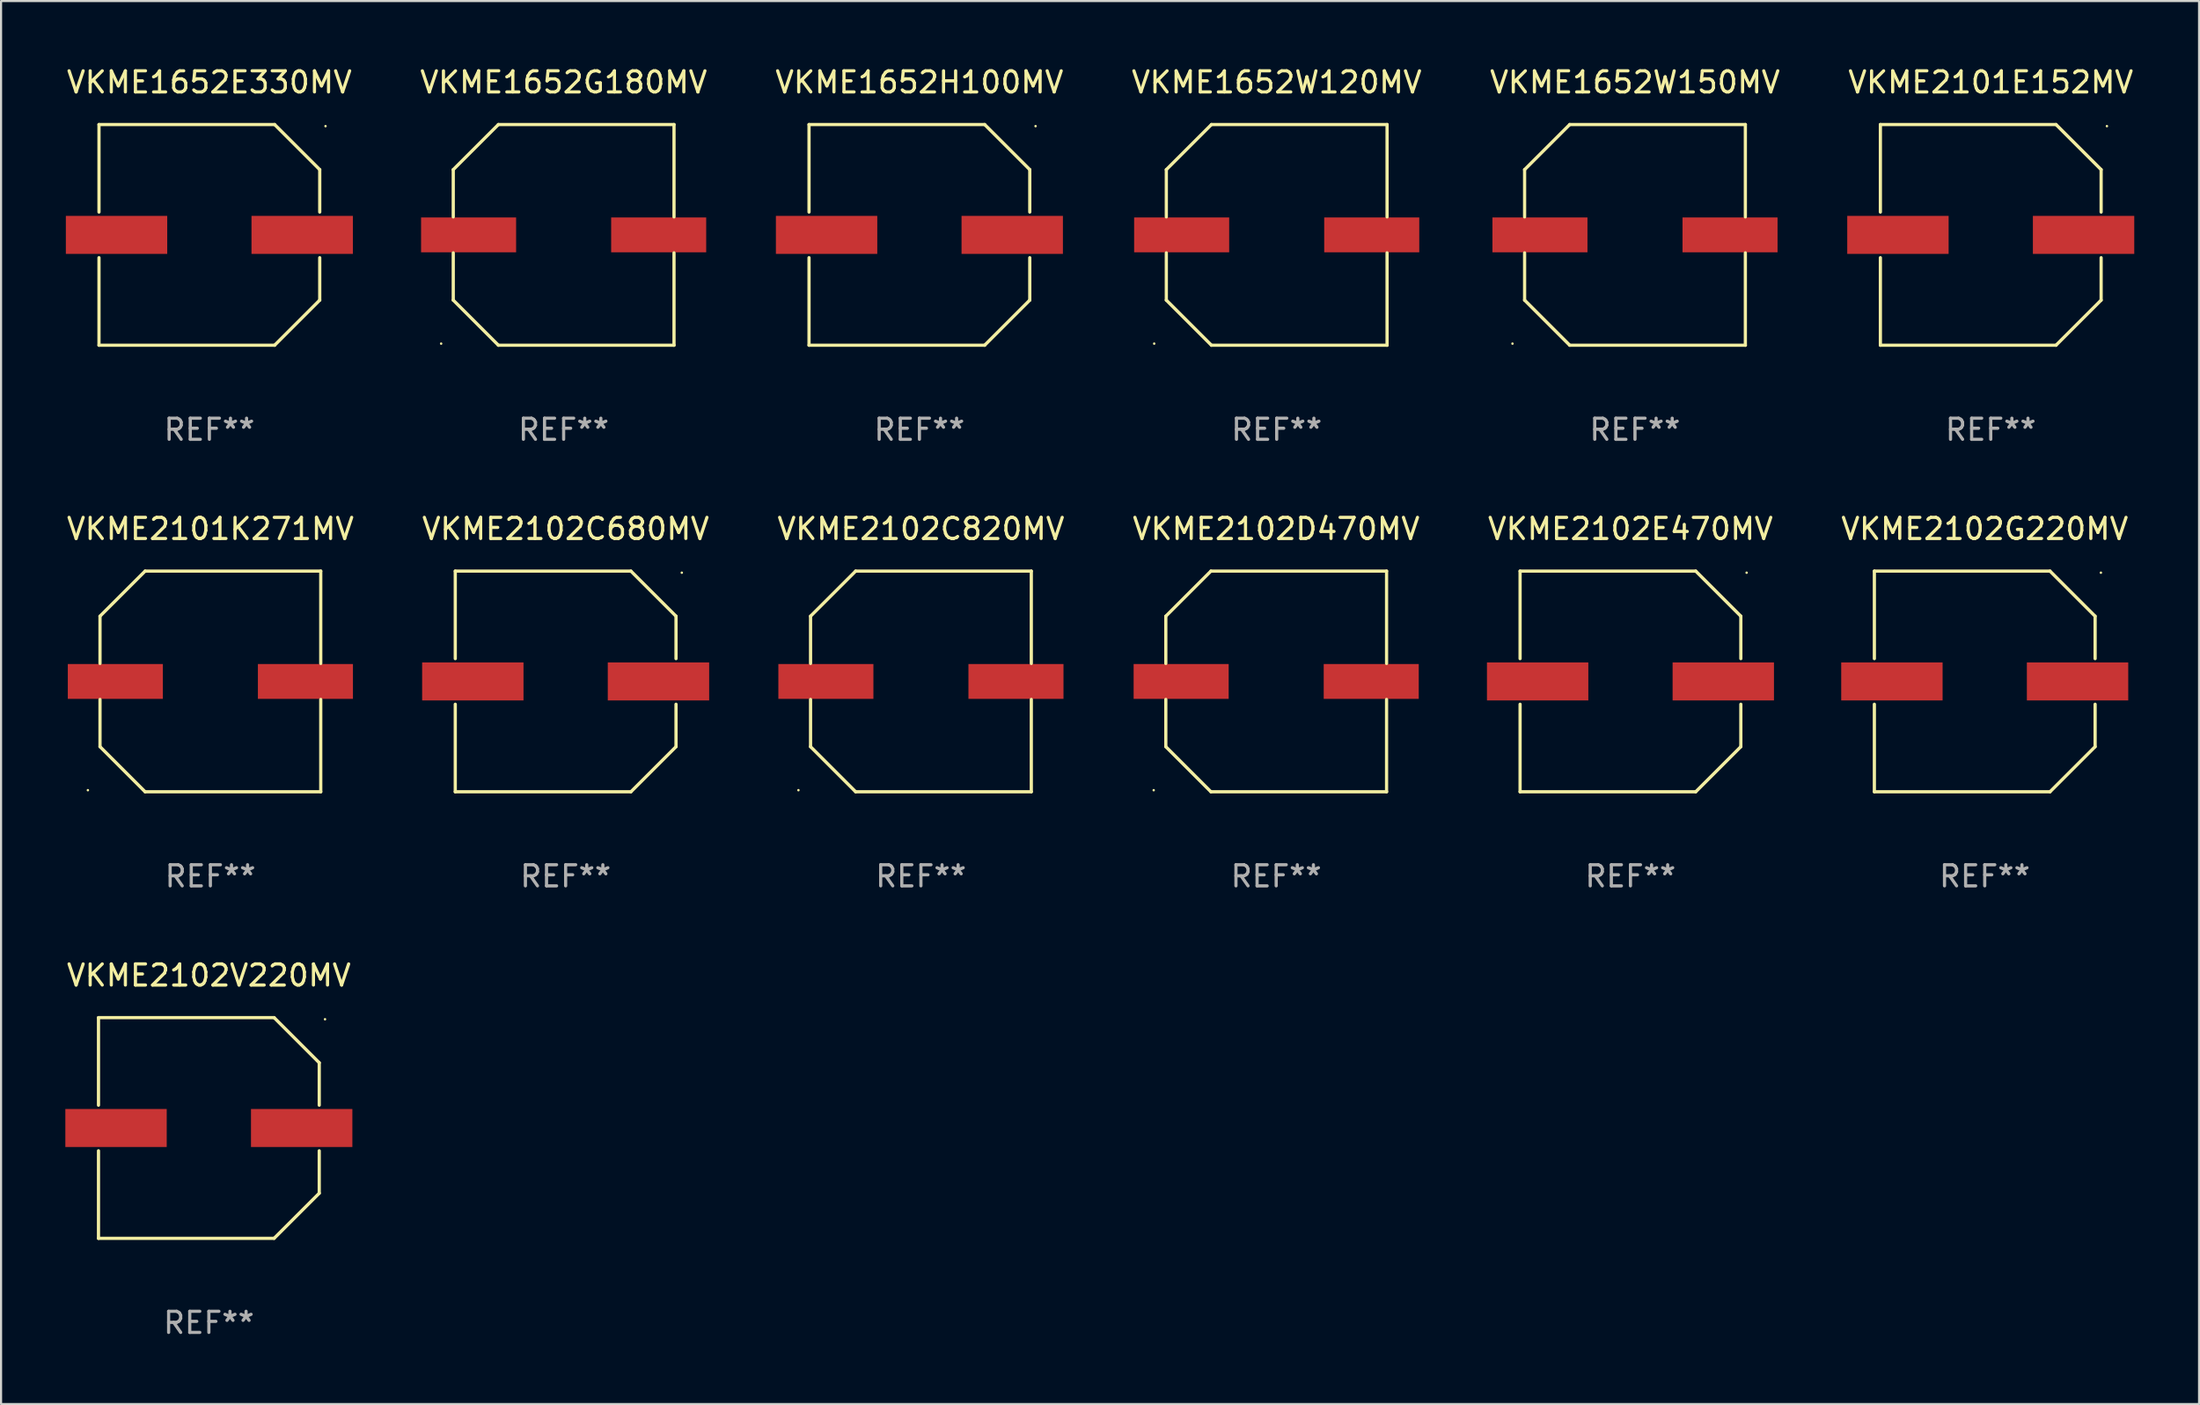
<source format=kicad_pcb>
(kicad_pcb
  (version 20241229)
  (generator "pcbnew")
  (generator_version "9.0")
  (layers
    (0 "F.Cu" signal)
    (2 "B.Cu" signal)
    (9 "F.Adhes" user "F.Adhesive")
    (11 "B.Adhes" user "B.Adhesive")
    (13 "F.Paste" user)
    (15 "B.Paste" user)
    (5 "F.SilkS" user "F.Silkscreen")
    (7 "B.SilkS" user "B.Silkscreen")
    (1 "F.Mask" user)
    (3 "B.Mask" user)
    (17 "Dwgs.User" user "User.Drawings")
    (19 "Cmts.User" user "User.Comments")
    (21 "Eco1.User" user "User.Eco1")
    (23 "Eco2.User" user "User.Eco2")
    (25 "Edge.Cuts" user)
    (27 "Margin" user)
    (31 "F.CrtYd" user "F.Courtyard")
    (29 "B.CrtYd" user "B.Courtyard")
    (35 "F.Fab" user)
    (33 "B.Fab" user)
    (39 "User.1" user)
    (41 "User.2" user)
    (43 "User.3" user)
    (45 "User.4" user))
  (footprint "VKME1652E330MV"
    (layer "F.Cu")
    (at 6.863 8.074)
    (property "Reference" "VKME1652E330MV" (at 0 -7.226 0) (layer "F.SilkS") (effects (font (size 1 1) (thickness 0.15))))
    (attr through_hole)
    (fp_line (start -5.226 -5.226) (end -5.226 -1.08) (stroke (width 0.152) (type solid)) (layer "F.SilkS"))
    (fp_line (start -5.226 -5.226) (end 3.09 -5.226) (stroke (width 0.152) (type solid)) (layer "F.SilkS"))
    (fp_line (start -5.226 1.08) (end -5.226 5.226) (stroke (width 0.152) (type solid)) (layer "F.SilkS"))
    (fp_line (start -5.226 5.226) (end 3.09 5.226) (stroke (width 0.152) (type solid)) (layer "F.SilkS"))
    (fp_line (start 3.09 -5.226) (end 5.226 -3.09) (stroke (width 0.152) (type solid)) (layer "F.SilkS"))
    (fp_line (start 3.09 5.226) (end 5.226 3.09) (stroke (width 0.152) (type solid)) (layer "F.SilkS"))
    (fp_line (start 5.226 -1.08) (end 5.226 -3.09) (stroke (width 0.152) (type solid)) (layer "F.SilkS"))
    (fp_line (start 5.226 3.09) (end 5.226 1.08) (stroke (width 0.152) (type solid)) (layer "F.SilkS"))
    (fp_circle (center 5.5 -5.15) (end 5.53 -5.15) (stroke (width 0.06) (type solid)) (fill no) (layer "F.SilkS"))
    (fp_text user "REF**" (at 0 9.226 0) (layer "F.Fab") (effects (font (size 1 1) (thickness 0.15))))
    (pad "1" smd rect (at 4.395 0 180) (size 4.8 1.8) (layers "F.Cu" "F.Mask" "F.Paste"))
    (pad "2" smd rect (at -4.395 0 180) (size 4.8 1.8) (layers "F.Cu" "F.Mask" "F.Paste")))
  (footprint "VKME2101E152MV"
    (layer "F.Cu")
    (at 91.208 8.074)
    (property "Reference" "VKME2101E152MV" (at 0 -7.226 0) (layer "F.SilkS") (effects (font (size 1 1) (thickness 0.15))))
    (attr through_hole)
    (fp_line (start -5.226 -5.226) (end -5.226 -1.08) (stroke (width 0.152) (type solid)) (layer "F.SilkS"))
    (fp_line (start -5.226 -5.226) (end 3.09 -5.226) (stroke (width 0.152) (type solid)) (layer "F.SilkS"))
    (fp_line (start -5.226 1.08) (end -5.226 5.226) (stroke (width 0.152) (type solid)) (layer "F.SilkS"))
    (fp_line (start -5.226 5.226) (end 3.09 5.226) (stroke (width 0.152) (type solid)) (layer "F.SilkS"))
    (fp_line (start 3.09 -5.226) (end 5.226 -3.09) (stroke (width 0.152) (type solid)) (layer "F.SilkS"))
    (fp_line (start 3.09 5.226) (end 5.226 3.09) (stroke (width 0.152) (type solid)) (layer "F.SilkS"))
    (fp_line (start 5.226 -1.08) (end 5.226 -3.09) (stroke (width 0.152) (type solid)) (layer "F.SilkS"))
    (fp_line (start 5.226 3.09) (end 5.226 1.08) (stroke (width 0.152) (type solid)) (layer "F.SilkS"))
    (fp_circle (center 5.5 -5.15) (end 5.53 -5.15) (stroke (width 0.06) (type solid)) (fill no) (layer "F.SilkS"))
    (fp_text user "REF**" (at 0 9.226 0) (layer "F.Fab") (effects (font (size 1 1) (thickness 0.15))))
    (pad "1" smd rect (at 4.395 0 180) (size 4.8 1.8) (layers "F.Cu" "F.Mask" "F.Paste"))
    (pad "2" smd rect (at -4.395 0 180) (size 4.8 1.8) (layers "F.Cu" "F.Mask" "F.Paste")))
  (footprint "VKME1652H100MV"
    (layer "F.Cu")
    (at 40.482 8.074)
    (property "Reference" "VKME1652H100MV" (at 0 -7.226 0) (layer "F.SilkS") (effects (font (size 1 1) (thickness 0.15))))
    (attr through_hole)
    (fp_line (start -5.226 -5.226) (end -5.226 -1.08) (stroke (width 0.152) (type solid)) (layer "F.SilkS"))
    (fp_line (start -5.226 -5.226) (end 3.09 -5.226) (stroke (width 0.152) (type solid)) (layer "F.SilkS"))
    (fp_line (start -5.226 1.08) (end -5.226 5.226) (stroke (width 0.152) (type solid)) (layer "F.SilkS"))
    (fp_line (start -5.226 5.226) (end 3.09 5.226) (stroke (width 0.152) (type solid)) (layer "F.SilkS"))
    (fp_line (start 3.09 -5.226) (end 5.226 -3.09) (stroke (width 0.152) (type solid)) (layer "F.SilkS"))
    (fp_line (start 3.09 5.226) (end 5.226 3.09) (stroke (width 0.152) (type solid)) (layer "F.SilkS"))
    (fp_line (start 5.226 -1.08) (end 5.226 -3.09) (stroke (width 0.152) (type solid)) (layer "F.SilkS"))
    (fp_line (start 5.226 3.09) (end 5.226 1.08) (stroke (width 0.152) (type solid)) (layer "F.SilkS"))
    (fp_circle (center 5.5 -5.15) (end 5.53 -5.15) (stroke (width 0.06) (type solid)) (fill no) (layer "F.SilkS"))
    (fp_text user "REF**" (at 0 9.226 0) (layer "F.Fab") (effects (font (size 1 1) (thickness 0.15))))
    (pad "1" smd rect (at 4.395 0 180) (size 4.8 1.8) (layers "F.Cu" "F.Mask" "F.Paste"))
    (pad "2" smd rect (at -4.395 0 180) (size 4.8 1.8) (layers "F.Cu" "F.Mask" "F.Paste")))
  (footprint "VKME1652W120MV"
    (layer "F.Cu")
    (at 57.399 8.074)
    (property "Reference" "VKME1652W120MV" (at 0 -7.226 0) (layer "F.SilkS") (effects (font (size 1 1) (thickness 0.15))))
    (attr through_hole)
    (fp_line (start -5.226 -3.09) (end -5.226 -0.852) (stroke (width 0.152) (type solid)) (layer "F.SilkS"))
    (fp_line (start -5.226 3.09) (end -5.226 0.852) (stroke (width 0.152) (type solid)) (layer "F.SilkS"))
    (fp_line (start -3.09 -5.226) (end -5.226 -3.09) (stroke (width 0.152) (type solid)) (layer "F.SilkS"))
    (fp_line (start -3.09 5.226) (end -5.226 3.09) (stroke (width 0.152) (type solid)) (layer "F.SilkS"))
    (fp_line (start 5.226 -5.226) (end -3.09 -5.226) (stroke (width 0.152) (type solid)) (layer "F.SilkS"))
    (fp_line (start 5.226 -0.852) (end 5.226 -5.226) (stroke (width 0.152) (type solid)) (layer "F.SilkS"))
    (fp_line (start 5.226 0.852) (end 5.226 5.226) (stroke (width 0.152) (type solid)) (layer "F.SilkS"))
    (fp_line (start 5.226 5.226) (end -3.09 5.226) (stroke (width 0.152) (type solid)) (layer "F.SilkS"))
    (fp_circle (center -5.8 5.15) (end -5.77 5.15) (stroke (width 0.06) (type solid)) (fill no) (layer "F.SilkS"))
    (fp_text user "REF**" (at 0 9.226 0) (layer "F.Fab") (effects (font (size 1 1) (thickness 0.15))))
    (pad "1" smd rect (at -4.5 0) (size 4.5 1.65) (layers "F.Cu" "F.Mask" "F.Paste"))
    (pad "2" smd rect (at 4.5 0) (size 4.5 1.65) (layers "F.Cu" "F.Mask" "F.Paste")))
  (footprint "VKME2102C680MV"
    (layer "F.Cu")
    (at 23.732 29.223)
    (property "Reference" "VKME2102C680MV" (at 0 -7.226 0) (layer "F.SilkS") (effects (font (size 1 1) (thickness 0.15))))
    (attr through_hole)
    (fp_line (start -5.226 -5.226) (end -5.226 -1.08) (stroke (width 0.152) (type solid)) (layer "F.SilkS"))
    (fp_line (start -5.226 -5.226) (end 3.09 -5.226) (stroke (width 0.152) (type solid)) (layer "F.SilkS"))
    (fp_line (start -5.226 1.08) (end -5.226 5.226) (stroke (width 0.152) (type solid)) (layer "F.SilkS"))
    (fp_line (start -5.226 5.226) (end 3.09 5.226) (stroke (width 0.152) (type solid)) (layer "F.SilkS"))
    (fp_line (start 3.09 -5.226) (end 5.226 -3.09) (stroke (width 0.152) (type solid)) (layer "F.SilkS"))
    (fp_line (start 3.09 5.226) (end 5.226 3.09) (stroke (width 0.152) (type solid)) (layer "F.SilkS"))
    (fp_line (start 5.226 -1.08) (end 5.226 -3.09) (stroke (width 0.152) (type solid)) (layer "F.SilkS"))
    (fp_line (start 5.226 3.09) (end 5.226 1.08) (stroke (width 0.152) (type solid)) (layer "F.SilkS"))
    (fp_circle (center 5.5 -5.15) (end 5.53 -5.15) (stroke (width 0.06) (type solid)) (fill no) (layer "F.SilkS"))
    (fp_text user "REF**" (at 0 9.226 0) (layer "F.Fab") (effects (font (size 1 1) (thickness 0.15))))
    (pad "1" smd rect (at 4.395 0 180) (size 4.8 1.8) (layers "F.Cu" "F.Mask" "F.Paste"))
    (pad "2" smd rect (at -4.395 0 180) (size 4.8 1.8) (layers "F.Cu" "F.Mask" "F.Paste")))
  (footprint "VKME2102C820MV"
    (layer "F.Cu")
    (at 40.554 29.223)
    (property "Reference" "VKME2102C820MV" (at 0 -7.226 0) (layer "F.SilkS") (effects (font (size 1 1) (thickness 0.15))))
    (attr through_hole)
    (fp_line (start -5.226 -3.09) (end -5.226 -0.852) (stroke (width 0.152) (type solid)) (layer "F.SilkS"))
    (fp_line (start -5.226 3.09) (end -5.226 0.852) (stroke (width 0.152) (type solid)) (layer "F.SilkS"))
    (fp_line (start -3.09 -5.226) (end -5.226 -3.09) (stroke (width 0.152) (type solid)) (layer "F.SilkS"))
    (fp_line (start -3.09 5.226) (end -5.226 3.09) (stroke (width 0.152) (type solid)) (layer "F.SilkS"))
    (fp_line (start 5.226 -5.226) (end -3.09 -5.226) (stroke (width 0.152) (type solid)) (layer "F.SilkS"))
    (fp_line (start 5.226 -0.852) (end 5.226 -5.226) (stroke (width 0.152) (type solid)) (layer "F.SilkS"))
    (fp_line (start 5.226 0.852) (end 5.226 5.226) (stroke (width 0.152) (type solid)) (layer "F.SilkS"))
    (fp_line (start 5.226 5.226) (end -3.09 5.226) (stroke (width 0.152) (type solid)) (layer "F.SilkS"))
    (fp_circle (center -5.8 5.15) (end -5.77 5.15) (stroke (width 0.06) (type solid)) (fill no) (layer "F.SilkS"))
    (fp_text user "REF**" (at 0 9.226 0) (layer "F.Fab") (effects (font (size 1 1) (thickness 0.15))))
    (pad "1" smd rect (at -4.5 0) (size 4.5 1.65) (layers "F.Cu" "F.Mask" "F.Paste"))
    (pad "2" smd rect (at 4.5 0) (size 4.5 1.65) (layers "F.Cu" "F.Mask" "F.Paste")))
  (footprint "VKME2102G220MV"
    (layer "F.Cu")
    (at 90.923 29.223)
    (property "Reference" "VKME2102G220MV" (at 0 -7.226 0) (layer "F.SilkS") (effects (font (size 1 1) (thickness 0.15))))
    (attr through_hole)
    (fp_line (start -5.226 -5.226) (end -5.226 -1.08) (stroke (width 0.152) (type solid)) (layer "F.SilkS"))
    (fp_line (start -5.226 -5.226) (end 3.09 -5.226) (stroke (width 0.152) (type solid)) (layer "F.SilkS"))
    (fp_line (start -5.226 1.08) (end -5.226 5.226) (stroke (width 0.152) (type solid)) (layer "F.SilkS"))
    (fp_line (start -5.226 5.226) (end 3.09 5.226) (stroke (width 0.152) (type solid)) (layer "F.SilkS"))
    (fp_line (start 3.09 -5.226) (end 5.226 -3.09) (stroke (width 0.152) (type solid)) (layer "F.SilkS"))
    (fp_line (start 3.09 5.226) (end 5.226 3.09) (stroke (width 0.152) (type solid)) (layer "F.SilkS"))
    (fp_line (start 5.226 -1.08) (end 5.226 -3.09) (stroke (width 0.152) (type solid)) (layer "F.SilkS"))
    (fp_line (start 5.226 3.09) (end 5.226 1.08) (stroke (width 0.152) (type solid)) (layer "F.SilkS"))
    (fp_circle (center 5.5 -5.15) (end 5.53 -5.15) (stroke (width 0.06) (type solid)) (fill no) (layer "F.SilkS"))
    (fp_text user "REF**" (at 0 9.226 0) (layer "F.Fab") (effects (font (size 1 1) (thickness 0.15))))
    (pad "1" smd rect (at 4.395 0 180) (size 4.8 1.8) (layers "F.Cu" "F.Mask" "F.Paste"))
    (pad "2" smd rect (at -4.395 0 180) (size 4.8 1.8) (layers "F.Cu" "F.Mask" "F.Paste")))
  (footprint "VKME1652G180MV"
    (layer "F.Cu")
    (at 23.637 8.074)
    (property "Reference" "VKME1652G180MV" (at 0 -7.226 0) (layer "F.SilkS") (effects (font (size 1 1) (thickness 0.15))))
    (attr through_hole)
    (fp_line (start -5.226 -3.09) (end -5.226 -0.852) (stroke (width 0.152) (type solid)) (layer "F.SilkS"))
    (fp_line (start -5.226 3.09) (end -5.226 0.852) (stroke (width 0.152) (type solid)) (layer "F.SilkS"))
    (fp_line (start -3.09 -5.226) (end -5.226 -3.09) (stroke (width 0.152) (type solid)) (layer "F.SilkS"))
    (fp_line (start -3.09 5.226) (end -5.226 3.09) (stroke (width 0.152) (type solid)) (layer "F.SilkS"))
    (fp_line (start 5.226 -5.226) (end -3.09 -5.226) (stroke (width 0.152) (type solid)) (layer "F.SilkS"))
    (fp_line (start 5.226 -0.852) (end 5.226 -5.226) (stroke (width 0.152) (type solid)) (layer "F.SilkS"))
    (fp_line (start 5.226 0.852) (end 5.226 5.226) (stroke (width 0.152) (type solid)) (layer "F.SilkS"))
    (fp_line (start 5.226 5.226) (end -3.09 5.226) (stroke (width 0.152) (type solid)) (layer "F.SilkS"))
    (fp_circle (center -5.8 5.15) (end -5.77 5.15) (stroke (width 0.06) (type solid)) (fill no) (layer "F.SilkS"))
    (fp_text user "REF**" (at 0 9.226 0) (layer "F.Fab") (effects (font (size 1 1) (thickness 0.15))))
    (pad "1" smd rect (at -4.5 0) (size 4.5 1.65) (layers "F.Cu" "F.Mask" "F.Paste"))
    (pad "2" smd rect (at 4.5 0) (size 4.5 1.65) (layers "F.Cu" "F.Mask" "F.Paste")))
  (footprint "VKME2102E470MV"
    (layer "F.Cu")
    (at 74.149 29.223)
    (property "Reference" "VKME2102E470MV" (at 0 -7.226 0) (layer "F.SilkS") (effects (font (size 1 1) (thickness 0.15))))
    (attr through_hole)
    (fp_line (start -5.226 -5.226) (end -5.226 -1.08) (stroke (width 0.152) (type solid)) (layer "F.SilkS"))
    (fp_line (start -5.226 -5.226) (end 3.09 -5.226) (stroke (width 0.152) (type solid)) (layer "F.SilkS"))
    (fp_line (start -5.226 1.08) (end -5.226 5.226) (stroke (width 0.152) (type solid)) (layer "F.SilkS"))
    (fp_line (start -5.226 5.226) (end 3.09 5.226) (stroke (width 0.152) (type solid)) (layer "F.SilkS"))
    (fp_line (start 3.09 -5.226) (end 5.226 -3.09) (stroke (width 0.152) (type solid)) (layer "F.SilkS"))
    (fp_line (start 3.09 5.226) (end 5.226 3.09) (stroke (width 0.152) (type solid)) (layer "F.SilkS"))
    (fp_line (start 5.226 -1.08) (end 5.226 -3.09) (stroke (width 0.152) (type solid)) (layer "F.SilkS"))
    (fp_line (start 5.226 3.09) (end 5.226 1.08) (stroke (width 0.152) (type solid)) (layer "F.SilkS"))
    (fp_circle (center 5.5 -5.15) (end 5.53 -5.15) (stroke (width 0.06) (type solid)) (fill no) (layer "F.SilkS"))
    (fp_text user "REF**" (at 0 9.226 0) (layer "F.Fab") (effects (font (size 1 1) (thickness 0.15))))
    (pad "1" smd rect (at 4.395 0 180) (size 4.8 1.8) (layers "F.Cu" "F.Mask" "F.Paste"))
    (pad "2" smd rect (at -4.395 0 180) (size 4.8 1.8) (layers "F.Cu" "F.Mask" "F.Paste")))
  (footprint "VKME2101K271MV"
    (layer "F.Cu")
    (at 6.911 29.223)
    (property "Reference" "VKME2101K271MV" (at 0 -7.226 0) (layer "F.SilkS") (effects (font (size 1 1) (thickness 0.15))))
    (attr through_hole)
    (fp_line (start -5.226 -3.09) (end -5.226 -0.852) (stroke (width 0.152) (type solid)) (layer "F.SilkS"))
    (fp_line (start -5.226 3.09) (end -5.226 0.852) (stroke (width 0.152) (type solid)) (layer "F.SilkS"))
    (fp_line (start -3.09 -5.226) (end -5.226 -3.09) (stroke (width 0.152) (type solid)) (layer "F.SilkS"))
    (fp_line (start -3.09 5.226) (end -5.226 3.09) (stroke (width 0.152) (type solid)) (layer "F.SilkS"))
    (fp_line (start 5.226 -5.226) (end -3.09 -5.226) (stroke (width 0.152) (type solid)) (layer "F.SilkS"))
    (fp_line (start 5.226 -0.852) (end 5.226 -5.226) (stroke (width 0.152) (type solid)) (layer "F.SilkS"))
    (fp_line (start 5.226 0.852) (end 5.226 5.226) (stroke (width 0.152) (type solid)) (layer "F.SilkS"))
    (fp_line (start 5.226 5.226) (end -3.09 5.226) (stroke (width 0.152) (type solid)) (layer "F.SilkS"))
    (fp_circle (center -5.8 5.15) (end -5.77 5.15) (stroke (width 0.06) (type solid)) (fill no) (layer "F.SilkS"))
    (fp_text user "REF**" (at 0 9.226 0) (layer "F.Fab") (effects (font (size 1 1) (thickness 0.15))))
    (pad "1" smd rect (at -4.5 0) (size 4.5 1.65) (layers "F.Cu" "F.Mask" "F.Paste"))
    (pad "2" smd rect (at 4.5 0) (size 4.5 1.65) (layers "F.Cu" "F.Mask" "F.Paste")))
  (footprint "VKME1652W150MV"
    (layer "F.Cu")
    (at 74.363 8.074)
    (property "Reference" "VKME1652W150MV" (at 0 -7.226 0) (layer "F.SilkS") (effects (font (size 1 1) (thickness 0.15))))
    (attr through_hole)
    (fp_line (start -5.226 -3.09) (end -5.226 -0.852) (stroke (width 0.152) (type solid)) (layer "F.SilkS"))
    (fp_line (start -5.226 3.09) (end -5.226 0.852) (stroke (width 0.152) (type solid)) (layer "F.SilkS"))
    (fp_line (start -3.09 -5.226) (end -5.226 -3.09) (stroke (width 0.152) (type solid)) (layer "F.SilkS"))
    (fp_line (start -3.09 5.226) (end -5.226 3.09) (stroke (width 0.152) (type solid)) (layer "F.SilkS"))
    (fp_line (start 5.226 -5.226) (end -3.09 -5.226) (stroke (width 0.152) (type solid)) (layer "F.SilkS"))
    (fp_line (start 5.226 -0.852) (end 5.226 -5.226) (stroke (width 0.152) (type solid)) (layer "F.SilkS"))
    (fp_line (start 5.226 0.852) (end 5.226 5.226) (stroke (width 0.152) (type solid)) (layer "F.SilkS"))
    (fp_line (start 5.226 5.226) (end -3.09 5.226) (stroke (width 0.152) (type solid)) (layer "F.SilkS"))
    (fp_circle (center -5.8 5.15) (end -5.77 5.15) (stroke (width 0.06) (type solid)) (fill no) (layer "F.SilkS"))
    (fp_text user "REF**" (at 0 9.226 0) (layer "F.Fab") (effects (font (size 1 1) (thickness 0.15))))
    (pad "1" smd rect (at -4.5 0) (size 4.5 1.65) (layers "F.Cu" "F.Mask" "F.Paste"))
    (pad "2" smd rect (at 4.5 0) (size 4.5 1.65) (layers "F.Cu" "F.Mask" "F.Paste")))
  (footprint "VKME2102V220MV"
    (layer "F.Cu")
    (at 6.839 50.372)
    (property "Reference" "VKME2102V220MV" (at 0 -7.226 0) (layer "F.SilkS") (effects (font (size 1 1) (thickness 0.15))))
    (attr through_hole)
    (fp_line (start -5.226 -5.226) (end -5.226 -1.08) (stroke (width 0.152) (type solid)) (layer "F.SilkS"))
    (fp_line (start -5.226 -5.226) (end 3.09 -5.226) (stroke (width 0.152) (type solid)) (layer "F.SilkS"))
    (fp_line (start -5.226 1.08) (end -5.226 5.226) (stroke (width 0.152) (type solid)) (layer "F.SilkS"))
    (fp_line (start -5.226 5.226) (end 3.09 5.226) (stroke (width 0.152) (type solid)) (layer "F.SilkS"))
    (fp_line (start 3.09 -5.226) (end 5.226 -3.09) (stroke (width 0.152) (type solid)) (layer "F.SilkS"))
    (fp_line (start 3.09 5.226) (end 5.226 3.09) (stroke (width 0.152) (type solid)) (layer "F.SilkS"))
    (fp_line (start 5.226 -1.08) (end 5.226 -3.09) (stroke (width 0.152) (type solid)) (layer "F.SilkS"))
    (fp_line (start 5.226 3.09) (end 5.226 1.08) (stroke (width 0.152) (type solid)) (layer "F.SilkS"))
    (fp_circle (center 5.5 -5.15) (end 5.53 -5.15) (stroke (width 0.06) (type solid)) (fill no) (layer "F.SilkS"))
    (fp_text user "REF**" (at 0 9.226 0) (layer "F.Fab") (effects (font (size 1 1) (thickness 0.15))))
    (pad "1" smd rect (at 4.395 0 180) (size 4.8 1.8) (layers "F.Cu" "F.Mask" "F.Paste"))
    (pad "2" smd rect (at -4.395 0 180) (size 4.8 1.8) (layers "F.Cu" "F.Mask" "F.Paste")))
  (footprint "VKME2102D470MV"
    (layer "F.Cu")
    (at 57.375 29.223)
    (property "Reference" "VKME2102D470MV" (at 0 -7.226 0) (layer "F.SilkS") (effects (font (size 1 1) (thickness 0.15))))
    (attr through_hole)
    (fp_line (start -5.226 -3.09) (end -5.226 -0.852) (stroke (width 0.152) (type solid)) (layer "F.SilkS"))
    (fp_line (start -5.226 3.09) (end -5.226 0.852) (stroke (width 0.152) (type solid)) (layer "F.SilkS"))
    (fp_line (start -3.09 -5.226) (end -5.226 -3.09) (stroke (width 0.152) (type solid)) (layer "F.SilkS"))
    (fp_line (start -3.09 5.226) (end -5.226 3.09) (stroke (width 0.152) (type solid)) (layer "F.SilkS"))
    (fp_line (start 5.226 -5.226) (end -3.09 -5.226) (stroke (width 0.152) (type solid)) (layer "F.SilkS"))
    (fp_line (start 5.226 -0.852) (end 5.226 -5.226) (stroke (width 0.152) (type solid)) (layer "F.SilkS"))
    (fp_line (start 5.226 0.852) (end 5.226 5.226) (stroke (width 0.152) (type solid)) (layer "F.SilkS"))
    (fp_line (start 5.226 5.226) (end -3.09 5.226) (stroke (width 0.152) (type solid)) (layer "F.SilkS"))
    (fp_circle (center -5.8 5.15) (end -5.77 5.15) (stroke (width 0.06) (type solid)) (fill no) (layer "F.SilkS"))
    (fp_text user "REF**" (at 0 9.226 0) (layer "F.Fab") (effects (font (size 1 1) (thickness 0.15))))
    (pad "1" smd rect (at -4.5 0) (size 4.5 1.65) (layers "F.Cu" "F.Mask" "F.Paste"))
    (pad "2" smd rect (at 4.5 0) (size 4.5 1.65) (layers "F.Cu" "F.Mask" "F.Paste")))
  (gr_rect
    (start -3 -3)
    (end 101.071 63.447)
    (stroke (width 0.1) (type default))
    (fill no)
    (layer "Edge.Cuts")))
</source>
